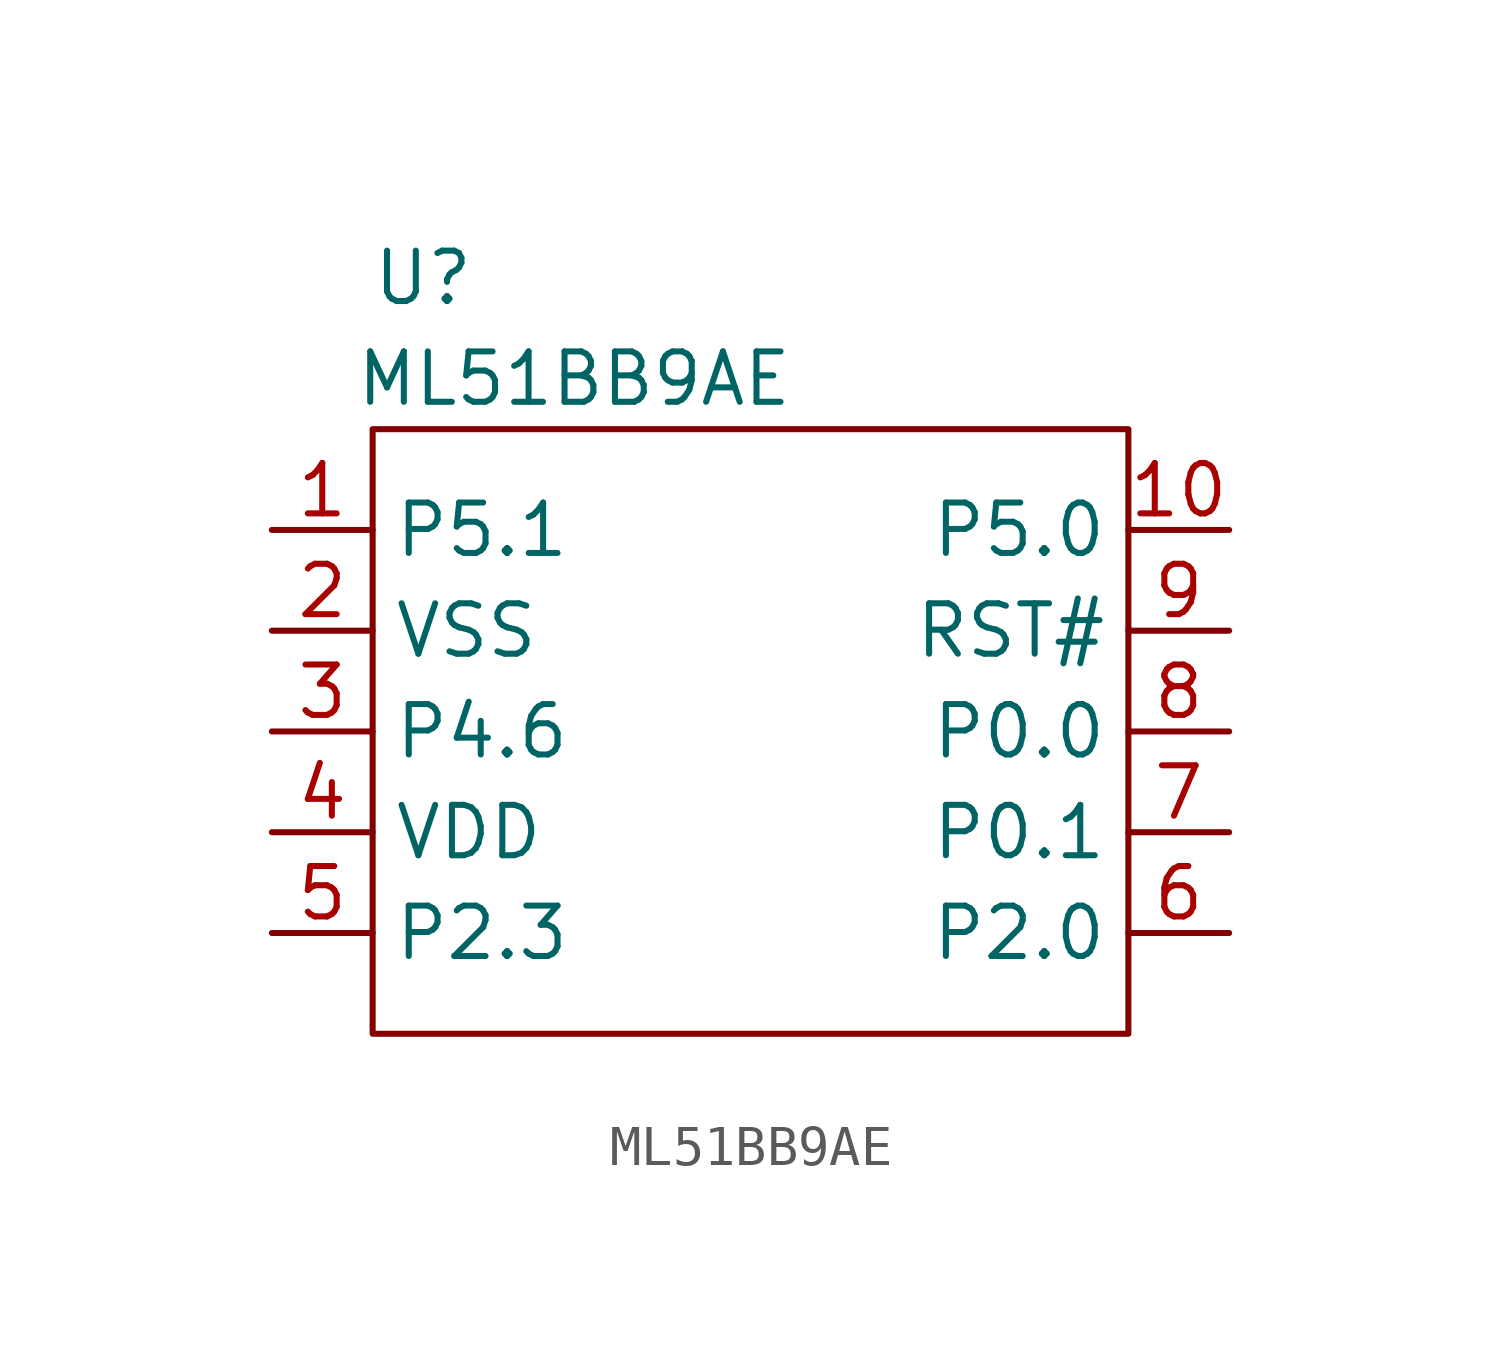
<source format=kicad_sym>
(kicad_symbol_lib
  (version 20211014)
  (generator kicad_symbol_editor)
  (symbol "ML51BB9AE"
    (property "Reference" "U"
      (at -7.62 11.43 0)
      (effects (font (size 1.27 1.27))))
    (property "Value" "ML51BB9AE"
      (at -3.81 8.89 0)
      (effects (font (size 1.27 1.27))))
    (symbol "ML51BB9AE_0_1"
      (rectangle (start -8.89 7.62) (end 10.16 -7.62) (stroke (width 0) (type default) (color 0 0 0 0)) (fill (type none))))
    (symbol "ML51BB9AE_1_1"
      (pin input line (at -11.43 5.08 0) (length 2.54) (name "P5.1" (effects (font (size 1.27 1.27)))) (number "1" (effects (font (size 1.27 1.27)))))
      (pin input line (at 12.7 5.08 180) (length 2.54) (name "P5.0" (effects (font (size 1.27 1.27)))) (number "10" (effects (font (size 1.27 1.27)))))
      (pin input line (at -11.43 2.54 0) (length 2.54) (name "VSS" (effects (font (size 1.27 1.27)))) (number "2" (effects (font (size 1.27 1.27)))))
      (pin input line (at -11.43 0 0) (length 2.54) (name "P4.6" (effects (font (size 1.27 1.27)))) (number "3" (effects (font (size 1.27 1.27)))))
      (pin input line (at -11.43 -2.54 0) (length 2.54) (name "VDD" (effects (font (size 1.27 1.27)))) (number "4" (effects (font (size 1.27 1.27)))))
      (pin input line (at -11.43 -5.08 0) (length 2.54) (name "P2.3" (effects (font (size 1.27 1.27)))) (number "5" (effects (font (size 1.27 1.27)))))
      (pin input line (at 12.7 -5.08 180) (length 2.54) (name "P2.0" (effects (font (size 1.27 1.27)))) (number "6" (effects (font (size 1.27 1.27)))))
      (pin input line (at 12.7 -2.54 180) (length 2.54) (name "P0.1" (effects (font (size 1.27 1.27)))) (number "7" (effects (font (size 1.27 1.27)))))
      (pin input line (at 12.7 0 180) (length 2.54) (name "P0.0" (effects (font (size 1.27 1.27)))) (number "8" (effects (font (size 1.27 1.27)))))
      (pin input line (at 12.7 2.54 180) (length 2.54) (name "RST#" (effects (font (size 1.27 1.27)))) (number "9" (effects (font (size 1.27 1.27))))))))
</source>
